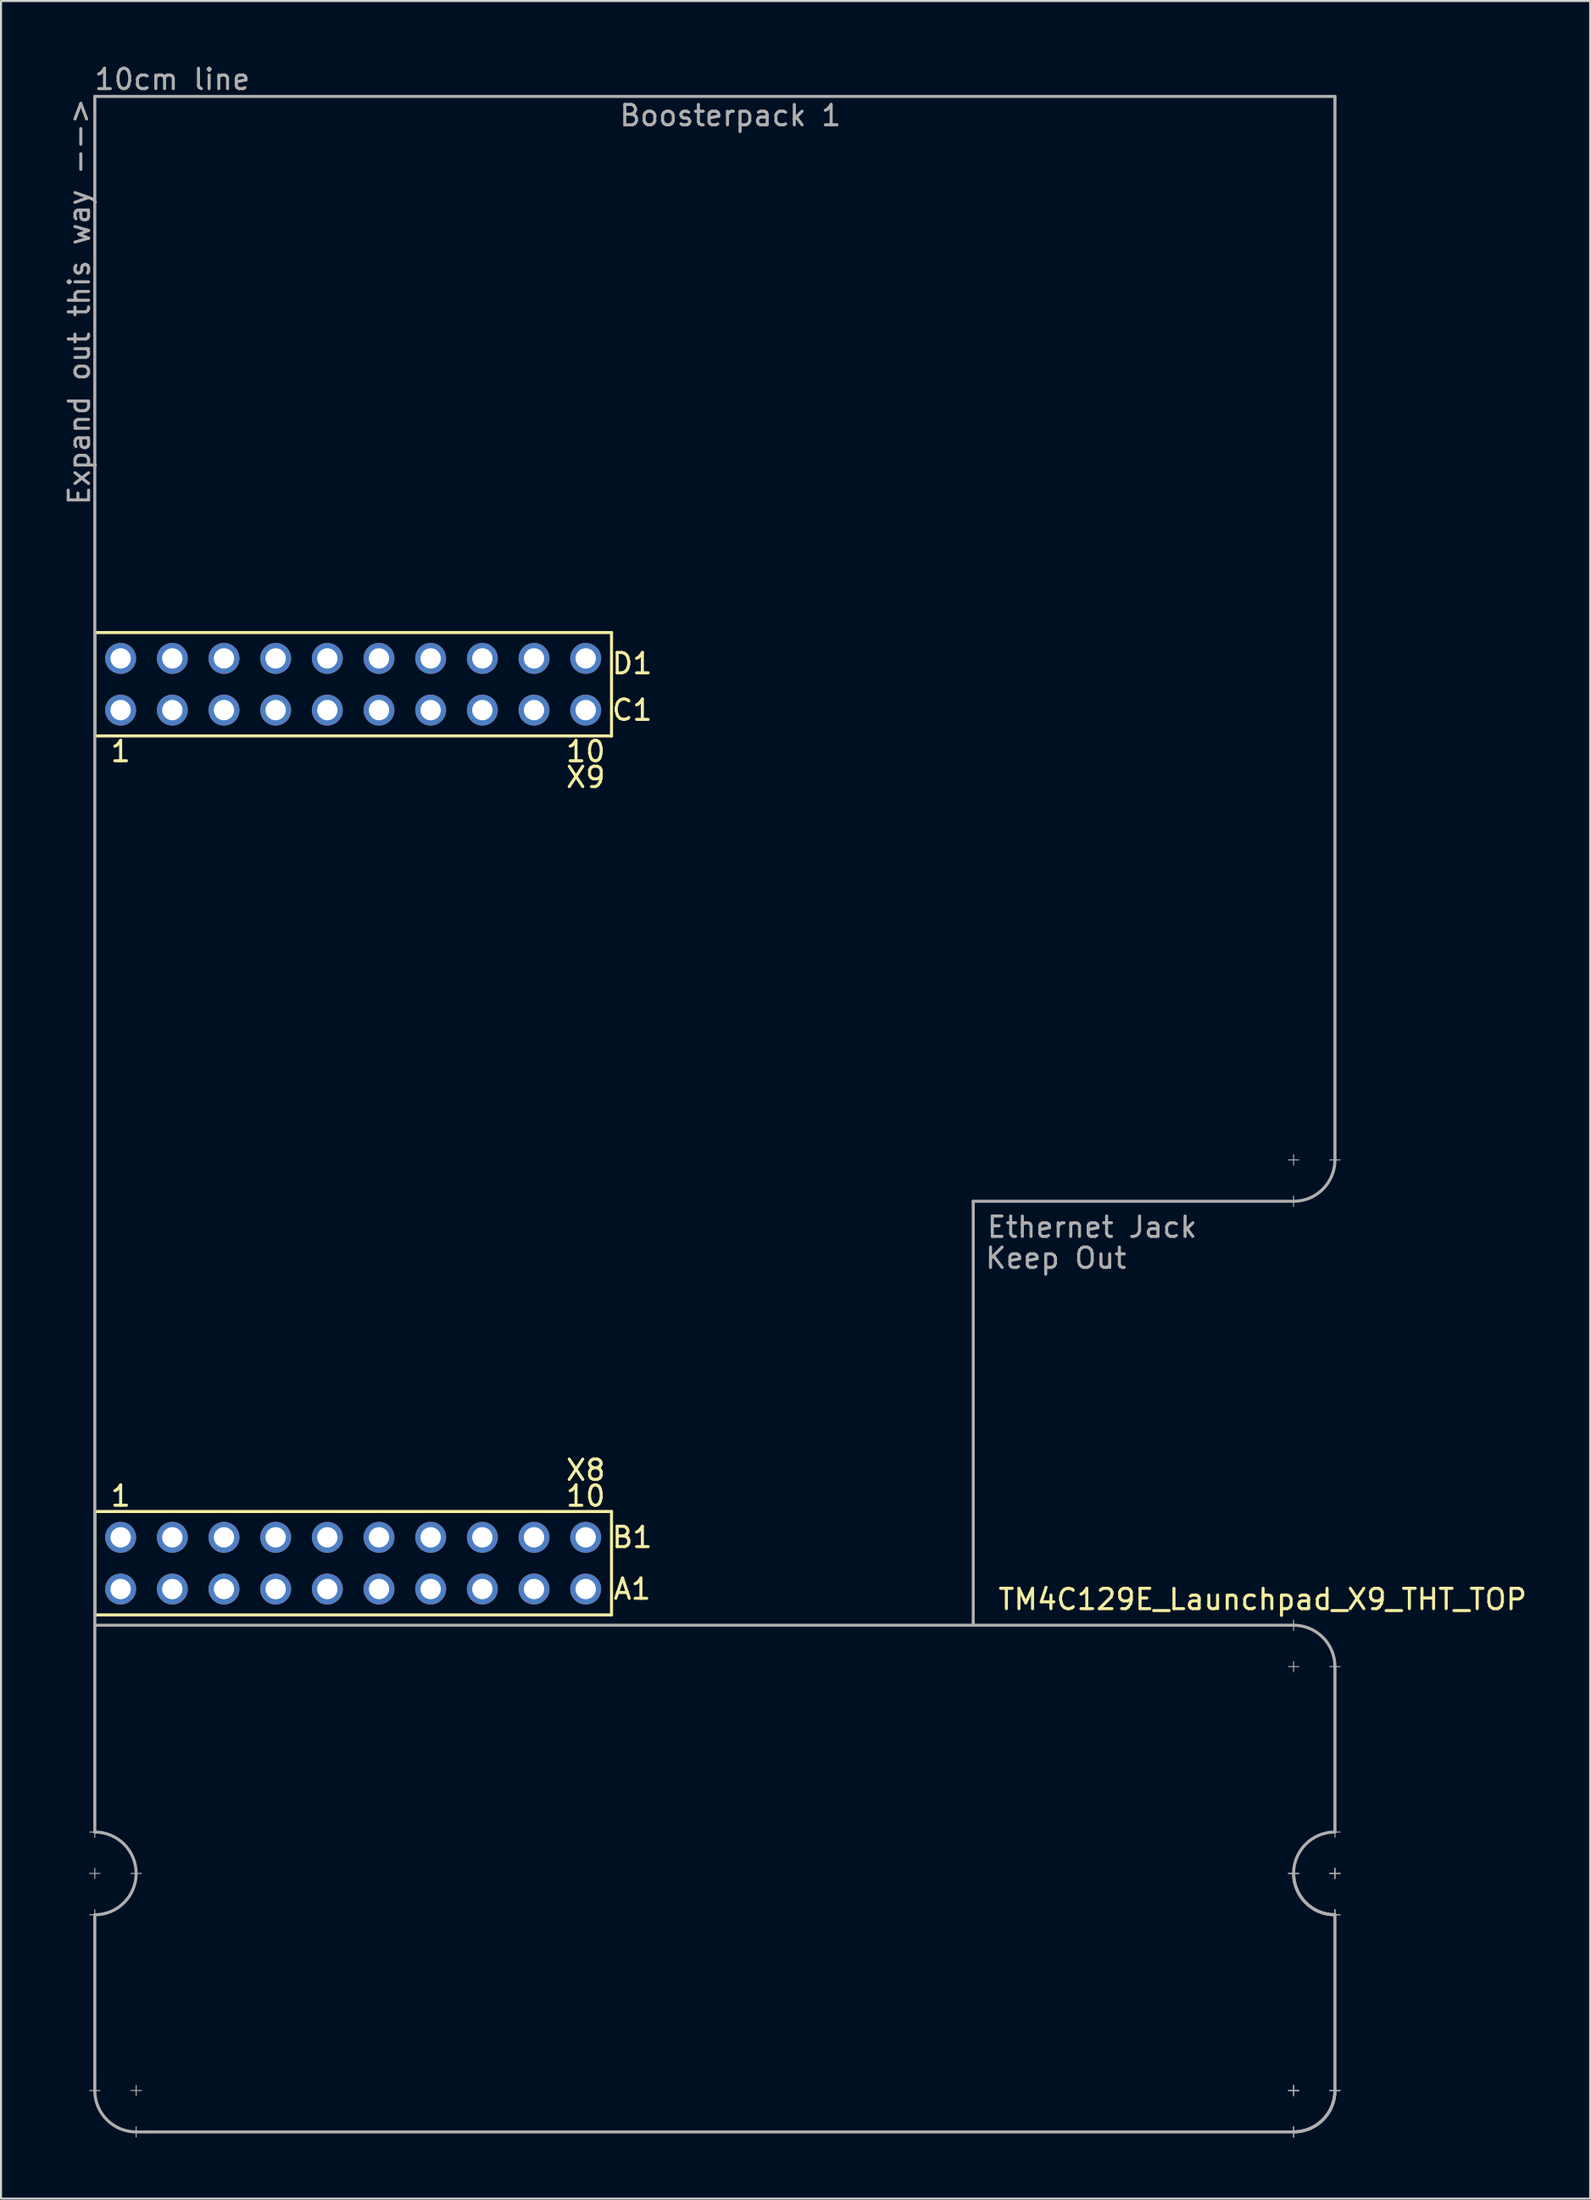
<source format=kicad_pcb>
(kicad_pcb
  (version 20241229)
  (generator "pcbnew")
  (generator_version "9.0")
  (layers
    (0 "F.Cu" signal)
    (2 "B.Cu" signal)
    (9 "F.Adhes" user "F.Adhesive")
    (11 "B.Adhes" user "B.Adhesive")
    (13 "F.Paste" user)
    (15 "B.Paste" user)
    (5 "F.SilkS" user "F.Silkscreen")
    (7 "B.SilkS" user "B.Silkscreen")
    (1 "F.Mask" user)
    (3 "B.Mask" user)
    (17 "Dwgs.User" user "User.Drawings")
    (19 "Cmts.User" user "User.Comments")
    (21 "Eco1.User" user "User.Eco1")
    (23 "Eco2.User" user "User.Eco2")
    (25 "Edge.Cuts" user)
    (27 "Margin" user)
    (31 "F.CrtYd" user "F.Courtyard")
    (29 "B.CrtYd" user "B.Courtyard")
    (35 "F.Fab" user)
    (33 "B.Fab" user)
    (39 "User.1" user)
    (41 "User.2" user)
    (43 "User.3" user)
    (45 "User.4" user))
  (footprint "TM4C129E_Launchpad_X9_THT_TOP"
    (layer "F.Cu")
    (at 1.61 76.286)
    (property "Reference" "TM4C129E_Launchpad_X9_THT_TOP" (at 57.404 -0.762 180) (layer "F.SilkS") (effects (font (size 1 1) (thickness 0.15))))
    (attr through_hole)
    (fp_line (start 0 -48.26) (end 0 -43.18) (stroke (width 0.15) (type solid)) (layer "F.SilkS"))
    (fp_line (start 0 -43.18) (end 25.4 -43.18) (stroke (width 0.15) (type solid)) (layer "F.SilkS"))
    (fp_line (start 0 -5.08) (end 0 0) (stroke (width 0.15) (type solid)) (layer "F.SilkS"))
    (fp_line (start 0 0) (end 25.4 0) (stroke (width 0.15) (type solid)) (layer "F.SilkS"))
    (fp_line (start 25.4 -48.26) (end 0 -48.26) (stroke (width 0.15) (type solid)) (layer "F.SilkS"))
    (fp_line (start 25.4 -43.18) (end 25.4 -48.26) (stroke (width 0.15) (type solid)) (layer "F.SilkS"))
    (fp_line (start 25.4 -5.08) (end 0 -5.08) (stroke (width 0.15) (type solid)) (layer "F.SilkS"))
    (fp_line (start 25.4 0) (end 25.4 -5.08) (stroke (width 0.15) (type solid)) (layer "F.SilkS"))
    (fp_line (start -0.254 10.668) (end 0.254 10.668) (stroke (width 0.05) (type solid)) (layer "F.Fab"))
    (fp_line (start -0.254 12.7) (end 0.254 12.7) (stroke (width 0.05) (type solid)) (layer "F.Fab"))
    (fp_line (start -0.254 14.732) (end 0.254 14.732) (stroke (width 0.05) (type solid)) (layer "F.Fab"))
    (fp_line (start -0.254 23.368) (end 0.254 23.368) (stroke (width 0.05) (type solid)) (layer "F.Fab"))
    (fp_line (start 0 -74.6) (end 60.96 -74.6) (stroke (width 0.15) (type solid)) (layer "F.Fab"))
    (fp_line (start 0 0) (end 0 -74.6) (stroke (width 0.15) (type solid)) (layer "F.Fab"))
    (fp_line (start 0 0) (end 0 10.668) (stroke (width 0.15) (type solid)) (layer "F.Fab"))
    (fp_line (start 0 0.508) (end 58.928 0.508) (stroke (width 0.15) (type solid)) (layer "F.Fab"))
    (fp_line (start 0 10.922) (end 0 10.414) (stroke (width 0.05) (type solid)) (layer "F.Fab"))
    (fp_line (start 0 12.954) (end 0 12.446) (stroke (width 0.05) (type solid)) (layer "F.Fab"))
    (fp_line (start 0 14.732) (end 0 22.86) (stroke (width 0.15) (type solid)) (layer "F.Fab"))
    (fp_line (start 0 14.986) (end 0 14.478) (stroke (width 0.05) (type solid)) (layer "F.Fab"))
    (fp_line (start 0 22.86) (end 0 23.393) (stroke (width 0.15) (type solid)) (layer "F.Fab"))
    (fp_line (start 1.778 12.7) (end 2.286 12.7) (stroke (width 0.05) (type solid)) (layer "F.Fab"))
    (fp_line (start 1.778 23.368) (end 2.286 23.368) (stroke (width 0.05) (type solid)) (layer "F.Fab"))
    (fp_line (start 2.032 23.622) (end 2.032 23.114) (stroke (width 0.05) (type solid)) (layer "F.Fab"))
    (fp_line (start 2.032 25.654) (end 2.032 25.146) (stroke (width 0.05) (type solid)) (layer "F.Fab"))
    (fp_line (start 2.54 25.4) (end 2.032 25.4) (stroke (width 0.15) (type solid)) (layer "F.Fab"))
    (fp_line (start 43.18 -20.32) (end 43.18 0.508) (stroke (width 0.15) (type solid)) (layer "F.Fab"))
    (fp_line (start 58.674 -22.352) (end 59.182 -22.352) (stroke (width 0.05) (type solid)) (layer "F.Fab"))
    (fp_line (start 58.674 2.54) (end 59.182 2.54) (stroke (width 0.05) (type solid)) (layer "F.Fab"))
    (fp_line (start 58.674 12.7) (end 59.182 12.7) (stroke (width 0.05) (type solid)) (layer "F.Fab"))
    (fp_line (start 58.674 12.7) (end 59.182 12.7) (stroke (width 0.05) (type solid)) (layer "F.Fab"))
    (fp_line (start 58.928 -22.606) (end 58.928 -22.098) (stroke (width 0.05) (type solid)) (layer "F.Fab"))
    (fp_line (start 58.928 -20.574) (end 58.928 -20.066) (stroke (width 0.05) (type solid)) (layer "F.Fab"))
    (fp_line (start 58.928 -20.32) (end 43.18 -20.32) (stroke (width 0.15) (type solid)) (layer "F.Fab"))
    (fp_line (start 58.928 0.762) (end 58.928 0.254) (stroke (width 0.05) (type solid)) (layer "F.Fab"))
    (fp_line (start 58.928 2.794) (end 58.928 2.286) (stroke (width 0.05) (type solid)) (layer "F.Fab"))
    (fp_line (start 58.928 23.622) (end 58.928 23.114) (stroke (width 0.05) (type solid)) (layer "F.Fab"))
    (fp_line (start 58.928 23.622) (end 58.928 23.114) (stroke (width 0.05) (type solid)) (layer "F.Fab"))
    (fp_line (start 58.928 25.4) (end 2.54 25.4) (stroke (width 0.15) (type solid)) (layer "F.Fab"))
    (fp_line (start 58.928 25.654) (end 58.928 25.146) (stroke (width 0.05) (type solid)) (layer "F.Fab"))
    (fp_line (start 58.928 25.654) (end 58.928 25.146) (stroke (width 0.05) (type solid)) (layer "F.Fab"))
    (fp_line (start 59.182 23.368) (end 58.674 23.368) (stroke (width 0.05) (type solid)) (layer "F.Fab"))
    (fp_line (start 59.182 23.368) (end 58.674 23.368) (stroke (width 0.05) (type solid)) (layer "F.Fab"))
    (fp_line (start 60.706 -22.352) (end 61.214 -22.352) (stroke (width 0.05) (type solid)) (layer "F.Fab"))
    (fp_line (start 60.706 2.54) (end 61.214 2.54) (stroke (width 0.05) (type solid)) (layer "F.Fab"))
    (fp_line (start 60.706 10.668) (end 61.214 10.668) (stroke (width 0.05) (type solid)) (layer "F.Fab"))
    (fp_line (start 60.706 12.7) (end 61.214 12.7) (stroke (width 0.05) (type solid)) (layer "F.Fab"))
    (fp_line (start 60.706 12.7) (end 61.214 12.7) (stroke (width 0.05) (type solid)) (layer "F.Fab"))
    (fp_line (start 60.706 14.732) (end 61.214 14.732) (stroke (width 0.05) (type solid)) (layer "F.Fab"))
    (fp_line (start 60.706 14.732) (end 61.214 14.732) (stroke (width 0.05) (type solid)) (layer "F.Fab"))
    (fp_line (start 60.96 -74.6) (end 60.96 -22.352) (stroke (width 0.15) (type solid)) (layer "F.Fab"))
    (fp_line (start 60.96 2.54) (end 60.96 10.668) (stroke (width 0.15) (type solid)) (layer "F.Fab"))
    (fp_line (start 60.96 10.922) (end 60.96 10.414) (stroke (width 0.05) (type solid)) (layer "F.Fab"))
    (fp_line (start 60.96 12.954) (end 60.96 12.446) (stroke (width 0.05) (type solid)) (layer "F.Fab"))
    (fp_line (start 60.96 12.954) (end 60.96 12.446) (stroke (width 0.05) (type solid)) (layer "F.Fab"))
    (fp_line (start 60.96 14.732) (end 60.96 23.368) (stroke (width 0.15) (type solid)) (layer "F.Fab"))
    (fp_line (start 60.96 14.986) (end 60.96 14.478) (stroke (width 0.05) (type solid)) (layer "F.Fab"))
    (fp_line (start 60.96 14.986) (end 60.96 14.478) (stroke (width 0.05) (type solid)) (layer "F.Fab"))
    (fp_line (start 60.96 23.622) (end 60.96 23.114) (stroke (width 0.05) (type solid)) (layer "F.Fab"))
    (fp_line (start 60.96 23.622) (end 60.96 23.114) (stroke (width 0.05) (type solid)) (layer "F.Fab"))
    (fp_line (start 61.214 23.368) (end 60.706 23.368) (stroke (width 0.05) (type solid)) (layer "F.Fab"))
    (fp_line (start 61.214 23.368) (end 60.706 23.368) (stroke (width 0.05) (type solid)) (layer "F.Fab"))
    (fp_arc (start 0 10.668) (mid 1.436841 11.263159) (end 2.032 12.7) (stroke (width 0.15) (type solid)) (layer "F.Fab"))
    (fp_arc (start 2.032 12.7) (mid 1.436841 14.136841) (end 0 14.732) (stroke (width 0.15) (type solid)) (layer "F.Fab"))
    (fp_arc (start 2.032 25.4) (mid 0.595159 24.804841) (end 0 23.368) (stroke (width 0.15) (type solid)) (layer "F.Fab"))
    (fp_arc (start 58.928 0.508) (mid 60.364841 1.103159) (end 60.96 2.54) (stroke (width 0.15) (type solid)) (layer "F.Fab"))
    (fp_arc (start 58.928 12.7) (mid 59.523159 11.263159) (end 60.96 10.668) (stroke (width 0.15) (type solid)) (layer "F.Fab"))
    (fp_arc (start 60.96 -22.352) (mid 60.364841 -20.915159) (end 58.928 -20.32) (stroke (width 0.15) (type solid)) (layer "F.Fab"))
    (fp_arc (start 60.96 14.732) (mid 59.523159 14.136841) (end 58.928 12.7) (stroke (width 0.15) (type solid)) (layer "F.Fab"))
    (fp_arc (start 60.96 14.732) (mid 59.523159 14.136841) (end 58.928 12.7) (stroke (width 0.15) (type solid)) (layer "F.Fab"))
    (fp_arc (start 60.96 23.368) (mid 60.364841 24.804841) (end 58.928 25.4) (stroke (width 0.15) (type solid)) (layer "F.Fab"))
    (fp_arc (start 60.96 23.368) (mid 60.364841 24.804841) (end 58.928 25.4) (stroke (width 0.15) (type solid)) (layer "F.Fab"))
    (fp_text user "X8" (at 24.13 -7.112 180) (layer "F.SilkS") (effects (font (size 1 1) (thickness 0.15))))
    (fp_text user "D1" (at 26.416 -46.736 180) (layer "F.SilkS") (effects (font (size 1 1) (thickness 0.15))))
    (fp_text user "B1" (at 26.416 -3.81 180) (layer "F.SilkS") (effects (font (size 1 1) (thickness 0.15))))
    (fp_text user "10" (at 24.13 -5.842 180) (layer "F.SilkS") (effects (font (size 1 1) (thickness 0.15))))
    (fp_text user "1" (at 1.27 -42.418 180) (layer "F.SilkS") (effects (font (size 1 1) (thickness 0.15))))
    (fp_text user "C1" (at 26.416 -44.45 180) (layer "F.SilkS") (effects (font (size 1 1) (thickness 0.15))))
    (fp_text user "1" (at 1.27 -5.842 180) (layer "F.SilkS") (effects (font (size 1 1) (thickness 0.15))))
    (fp_text user "10" (at 24.13 -42.418 180) (layer "F.SilkS") (effects (font (size 1 1) (thickness 0.15))))
    (fp_text user "A1" (at 26.416 -1.27 180) (layer "F.SilkS") (effects (font (size 1 1) (thickness 0.15))))
    (fp_text user "X9" (at 24.13 -41.148 180) (layer "F.SilkS") (effects (font (size 1 1) (thickness 0.15))))
    (fp_text user "Ethernet Jack" (at 49.022 -19.05 0) (layer "F.Fab") (effects (font (size 1 1) (thickness 0.15))))
    (fp_text user "Expand out this way -->" (at -0.762 -64.516 90) (layer "F.Fab") (effects (font (size 1 1) (thickness 0.15))))
    (fp_text user "Keep Out" (at 47.244 -17.526 0) (layer "F.Fab") (effects (font (size 1 1) (thickness 0.15))))
    (fp_text user "Boosterpack 1" (at 31.242 -73.66 0) (layer "F.Fab") (effects (font (size 1 1) (thickness 0.15))))
    (fp_text user "10cm line" (at 3.81 -75.438 0) (layer "F.Fab") (effects (font (size 1 1) (thickness 0.15))))
    (pad "+3V3" thru_hole circle (at 1.27 -1.27 180) (size 1.52 1.52) (drill 1) (layers "*.Cu" "*.Mask" "F.Paste"))
    (pad "+5V" thru_hole circle (at 1.27 -3.81 180) (size 1.52 1.52) (drill 1) (layers "*.Cu" "*.Mask" "F.Paste"))
    (pad "GND" thru_hole circle (at 1.27 -46.99 180) (size 1.52 1.52) (drill 1) (layers "*.Cu" "*.Mask" "F.Paste"))
    (pad "GND" thru_hole circle (at 3.81 -3.81 180) (size 1.52 1.52) (drill 1) (layers "*.Cu" "*.Mask" "F.Paste"))
    (pad "PA6" thru_hole circle (at 19.05 -3.81 180) (size 1.52 1.52) (drill 1) (layers "*.Cu" "*.Mask" "F.Paste"))
    (pad "PB2" thru_hole circle (at 21.59 -1.27 180) (size 1.52 1.52) (drill 1) (layers "*.Cu" "*.Mask" "F.Paste"))
    (pad "PB3" thru_hole circle (at 24.13 -1.27 180) (size 1.52 1.52) (drill 1) (layers "*.Cu" "*.Mask" "F.Paste"))
    (pad "PC4" thru_hole circle (at 6.35 -1.27 180) (size 1.52 1.52) (drill 1) (layers "*.Cu" "*.Mask" "F.Paste"))
    (pad "PC5" thru_hole circle (at 8.89 -1.27 180) (size 1.52 1.52) (drill 1) (layers "*.Cu" "*.Mask" "F.Paste"))
    (pad "PC6" thru_hole circle (at 11.43 -1.27 180) (size 1.52 1.52) (drill 1) (layers "*.Cu" "*.Mask" "F.Paste"))
    (pad "PC7" thru_hole circle (at 19.05 -1.27 180) (size 1.52 1.52) (drill 1) (layers "*.Cu" "*.Mask" "F.Paste"))
    (pad "PD0" thru_hole circle (at 16.51 -46.99 180) (size 1.52 1.52) (drill 1) (layers "*.Cu" "*.Mask" "F.Paste"))
    (pad "PD1" thru_hole circle (at 13.97 -46.99 180) (size 1.52 1.52) (drill 1) (layers "*.Cu" "*.Mask" "F.Paste"))
    (pad "PD3" thru_hole circle (at 16.51 -1.27 180) (size 1.52 1.52) (drill 1) (layers "*.Cu" "*.Mask" "F.Paste"))
    (pad "PD7" thru_hole circle (at 16.51 -3.81 180) (size 1.52 1.52) (drill 1) (layers "*.Cu" "*.Mask" "F.Paste"))
    (pad "PE0" thru_hole circle (at 6.35 -3.81 180) (size 1.52 1.52) (drill 1) (layers "*.Cu" "*.Mask" "F.Paste"))
    (pad "PE1" thru_hole circle (at 8.89 -3.81 180) (size 1.52 1.52) (drill 1) (layers "*.Cu" "*.Mask" "F.Paste"))
    (pad "PE2" thru_hole circle (at 11.43 -3.81 180) (size 1.52 1.52) (drill 1) (layers "*.Cu" "*.Mask" "F.Paste"))
    (pad "PE3" thru_hole circle (at 13.97 -3.81 180) (size 1.52 1.52) (drill 1) (layers "*.Cu" "*.Mask" "F.Paste"))
    (pad "PE4" thru_hole circle (at 3.81 -1.27 180) (size 1.52 1.52) (drill 1) (layers "*.Cu" "*.Mask" "F.Paste"))
    (pad "PE5" thru_hole circle (at 13.97 -1.27 180) (size 1.52 1.52) (drill 1) (layers "*.Cu" "*.Mask" "F.Paste"))
    (pad "PF1" thru_hole circle (at 1.27 -44.45 180) (size 1.52 1.52) (drill 1) (layers "*.Cu" "*.Mask" "F.Paste"))
    (pad "PF2" thru_hole circle (at 3.81 -44.45 180) (size 1.52 1.52) (drill 1) (layers "*.Cu" "*.Mask" "F.Paste"))
    (pad "PF3" thru_hole circle (at 6.35 -44.45 180) (size 1.52 1.52) (drill 1) (layers "*.Cu" "*.Mask" "F.Paste"))
    (pad "PG0" thru_hole circle (at 8.89 -44.45 180) (size 1.52 1.52) (drill 1) (layers "*.Cu" "*.Mask" "F.Paste"))
    (pad "PH2" thru_hole circle (at 6.35 -46.99 180) (size 1.52 1.52) (drill 1) (layers "*.Cu" "*.Mask" "F.Paste"))
    (pad "PH3" thru_hole circle (at 8.89 -46.99 180) (size 1.52 1.52) (drill 1) (layers "*.Cu" "*.Mask" "F.Paste"))
    (pad "PL0" thru_hole circle (at 16.51 -44.45 180) (size 1.52 1.52) (drill 1) (layers "*.Cu" "*.Mask" "F.Paste"))
    (pad "PL1" thru_hole circle (at 19.05 -44.45 180) (size 1.52 1.52) (drill 1) (layers "*.Cu" "*.Mask" "F.Paste"))
    (pad "PL2" thru_hole circle (at 21.59 -44.45 180) (size 1.52 1.52) (drill 1) (layers "*.Cu" "*.Mask" "F.Paste"))
    (pad "PL3" thru_hole circle (at 24.13 -44.45 180) (size 1.52 1.52) (drill 1) (layers "*.Cu" "*.Mask" "F.Paste"))
    (pad "PL4" thru_hole circle (at 11.43 -44.45 180) (size 1.52 1.52) (drill 1) (layers "*.Cu" "*.Mask" "F.Paste"))
    (pad "PL5" thru_hole circle (at 13.97 -44.45 180) (size 1.52 1.52) (drill 1) (layers "*.Cu" "*.Mask" "F.Paste"))
    (pad "PM3" thru_hole circle (at 3.81 -46.99 180) (size 1.52 1.52) (drill 1) (layers "*.Cu" "*.Mask" "F.Paste"))
    (pad "PM4" thru_hole circle (at 21.59 -3.81 180) (size 1.52 1.52) (drill 1) (layers "*.Cu" "*.Mask" "F.Paste"))
    (pad "PM5" thru_hole circle (at 24.13 -3.81 180) (size 1.52 1.52) (drill 1) (layers "*.Cu" "*.Mask" "F.Paste"))
    (pad "PN2" thru_hole circle (at 19.05 -46.99 180) (size 1.52 1.52) (drill 1) (layers "*.Cu" "*.Mask" "F.Paste"))
    (pad "PN3" thru_hole circle (at 21.59 -46.99 180) (size 1.52 1.52) (drill 1) (layers "*.Cu" "*.Mask" "F.Paste"))
    (pad "PP2" thru_hole circle (at 24.13 -46.99 180) (size 1.52 1.52) (drill 1) (layers "*.Cu" "*.Mask" "F.Paste"))
    (pad "Rese" thru_hole circle (at 11.43 -46.99 180) (size 1.52 1.52) (drill 1) (layers "*.Cu" "*.Mask" "F.Paste")))
  (gr_rect
    (start -3 -3)
    (end 75.115 104.965)
    (stroke (width 0.1) (type default))
    (fill no)
    (layer "Edge.Cuts")))
</source>
